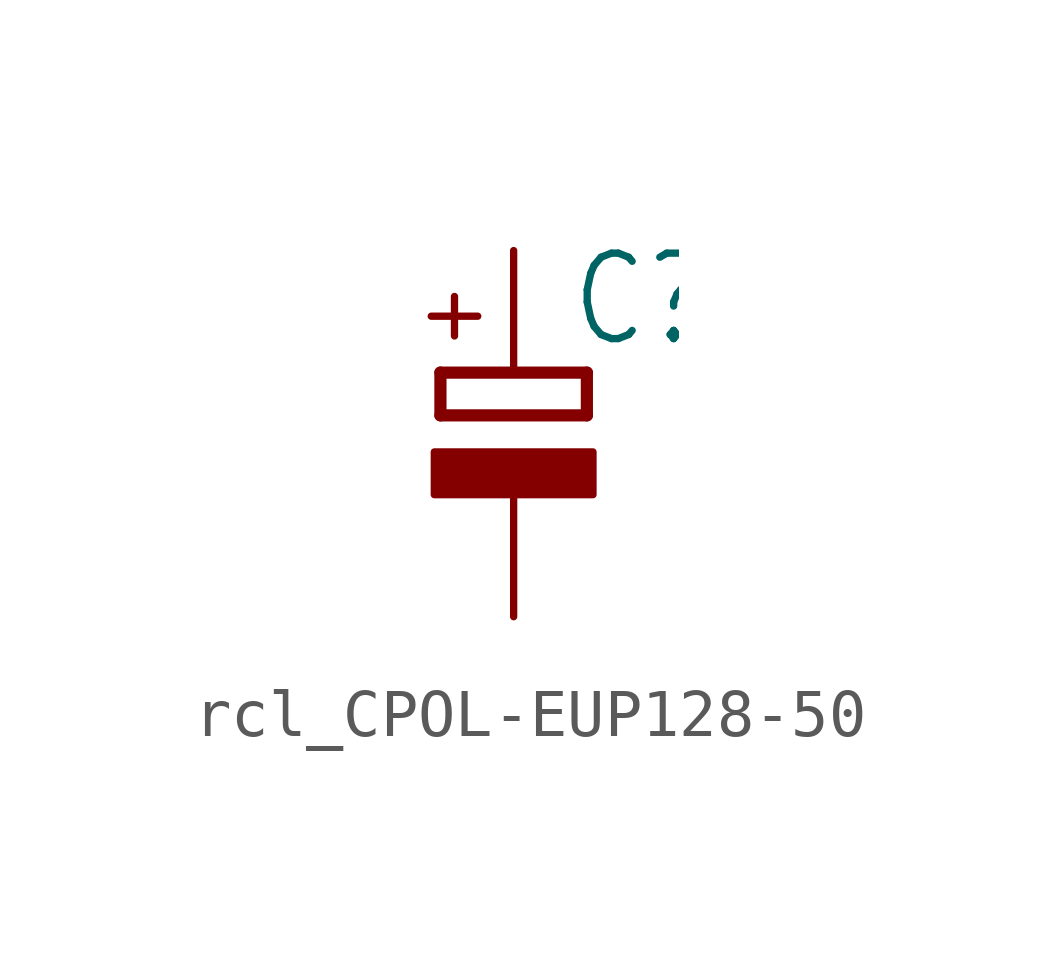
<source format=kicad_sym>
(kicad_symbol_lib
  (version 20231120)
  (generator "kicad_symbol_editor")
  (generator_version "8.0")
  (symbol "rcl_CPOL-EUP128-50"
    (property "Reference" "C"
      (at 1.143 0.483 0)
      (effects (font (size 1.778 1.511)) (justify left bottom)))
    (property "Value" ""
      (at 1.143 -4.597 0)
      (effects (font (size 1.778 1.511)) (justify left bottom)))
    (property "ki_locked" ""
      (at 0 0 0)
      (effects (font (size 1.27 1.27))))
    (symbol "rcl_CPOL-EUP128-50_1_0"
      (rectangle (start -1.651 -2.54) (end 1.651 -1.651) (stroke (width 0) (type default)) (fill (type outline)))
      (polyline (pts (xy -1.524 -0.889) (xy 1.524 -0.889)) (stroke (width 0.254) (type solid)) (fill (type none)))
      (polyline (pts (xy -1.524 0) (xy -1.524 -0.889)) (stroke (width 0.254) (type solid)) (fill (type none)))
      (polyline (pts (xy -1.524 0) (xy 1.524 0)) (stroke (width 0.254) (type solid)) (fill (type none)))
      (polyline (pts (xy 1.524 -0.889) (xy 1.524 0)) (stroke (width 0.254) (type solid)) (fill (type none)))
      (text "+" (at -0.584 0.406 900) (effects (font (size 1.27 1.079)) (justify left bottom)))
      (pin passive line (at 0 2.54 270) (length 2.54) (name "+" (effects (font (size 0 0)))) (number "+" (effects (font (size 0 0)))))
      (pin passive line (at 0 -5.08 90) (length 2.54) (name "-" (effects (font (size 0 0)))) (number "-" (effects (font (size 0 0))))))))
</source>
